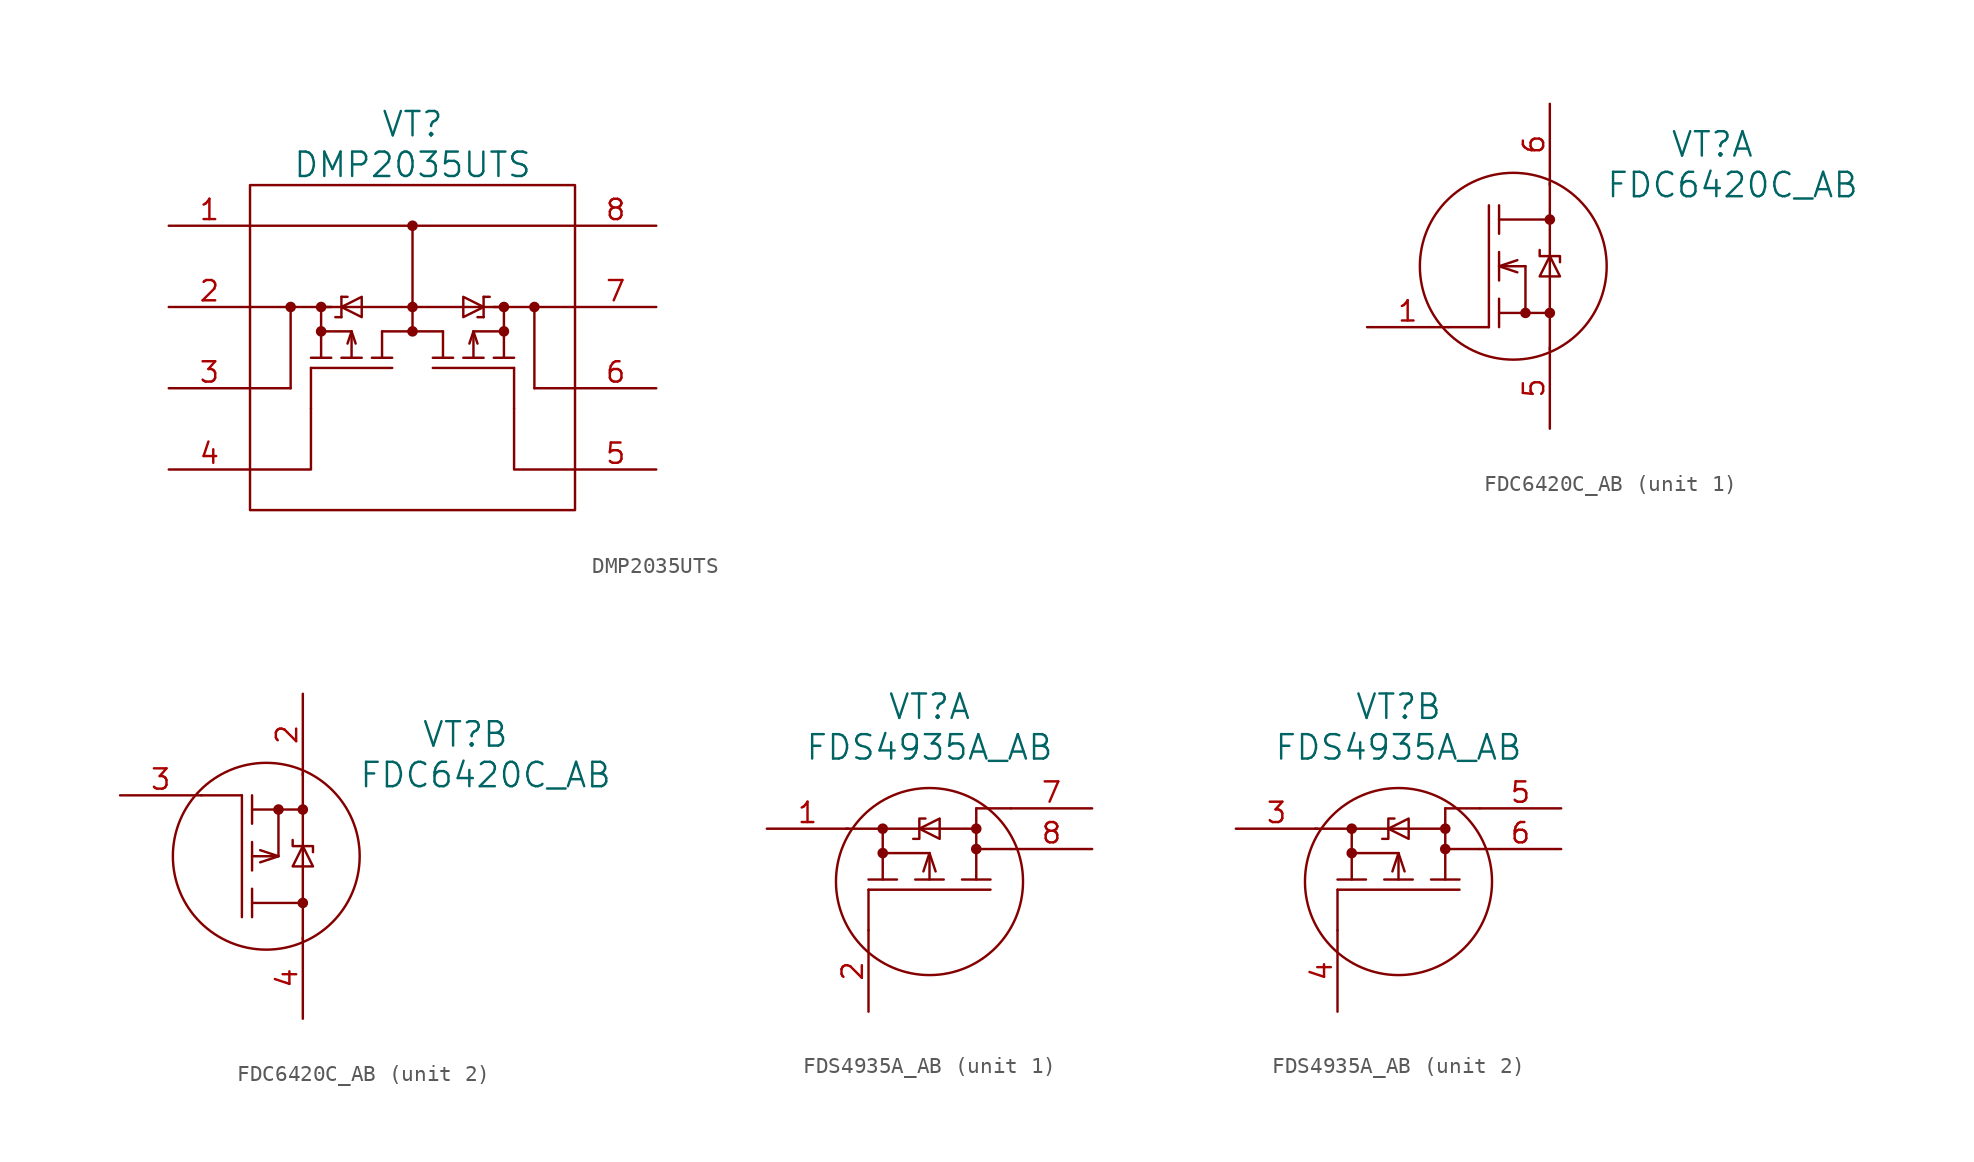
<source format=kicad_sym>
(kicad_symbol_lib
  (version 20220914)
  (generator kicad_symbol_editor)
  (symbol "DMP2035UTS"
    (pin_names
      (offset 1.016) hide)
    (property "Reference" "VT"
      (at 0 13.97 0)
      (effects (font (size 1.524 1.524))))
    (property "Value" "DMP2035UTS"
      (at 0 11.43 0)
      (effects (font (size 1.524 1.524))))
    (property "Datasheet" ""
      (at 45.72 10.16 0)
      (effects (font (size 1.524 1.524))))
    (symbol "DMP2035UTS_0_1"
      (circle (center -7.62 2.54) (radius 0.254) (stroke (width 0) (type solid)) (fill (type outline)))
      (circle (center -5.715 1.016) (radius 0.254) (stroke (width 0) (type solid)) (fill (type outline)))
      (circle (center -5.715 2.54) (radius 0.254) (stroke (width 0) (type solid)) (fill (type outline)))
      (polyline (pts (xy -7.62 -2.54) (xy -10.16 -2.54)) (stroke (width 0) (type solid)) (fill (type none)))
      (polyline (pts (xy -7.62 2.54) (xy -10.16 2.54)) (stroke (width 0) (type solid)) (fill (type none)))
      (polyline (pts (xy -4.445 1.905) (xy -4.826 1.905)) (stroke (width 0) (type solid)) (fill (type none)))
      (polyline (pts (xy -4.445 1.905) (xy -4.445 3.175)) (stroke (width 0) (type solid)) (fill (type none)))
      (polyline (pts (xy -4.064 3.175) (xy -4.445 3.175)) (stroke (width 0) (type solid)) (fill (type none)))
      (polyline (pts (xy -3.81 1.016) (xy -5.715 1.016)) (stroke (width 0) (type solid)) (fill (type none)))
      (polyline (pts (xy -3.81 1.016) (xy -3.81 -0.635)) (stroke (width 0) (type solid)) (fill (type none)))
      (polyline (pts (xy -1.905 -0.635) (xy -1.905 1.016)) (stroke (width 0) (type solid)) (fill (type none)))
      (polyline (pts (xy 0 2.54) (xy 0 1.016)) (stroke (width 0) (type solid)) (fill (type none)))
      (polyline (pts (xy 0 2.54) (xy 0 7.62)) (stroke (width 0) (type solid)) (fill (type none)))
      (polyline (pts (xy 1.905 -0.635) (xy 1.905 1.016)) (stroke (width 0) (type solid)) (fill (type none)))
      (polyline (pts (xy 1.905 1.016) (xy -1.905 1.016)) (stroke (width 0) (type solid)) (fill (type none)))
      (polyline (pts (xy 3.81 1.016) (xy 3.81 -0.635)) (stroke (width 0) (type solid)) (fill (type none)))
      (polyline (pts (xy 3.81 1.016) (xy 5.715 1.016)) (stroke (width 0) (type solid)) (fill (type none)))
      (polyline (pts (xy 4.445 1.905) (xy 4.064 1.905)) (stroke (width 0) (type solid)) (fill (type none)))
      (polyline (pts (xy 4.445 1.905) (xy 4.445 3.175)) (stroke (width 0) (type solid)) (fill (type none)))
      (polyline (pts (xy 4.826 3.175) (xy 4.445 3.175)) (stroke (width 0) (type solid)) (fill (type none)))
      (polyline (pts (xy 10.16 -2.54) (xy 7.62 -2.54)) (stroke (width 0) (type solid)) (fill (type none)))
      (polyline (pts (xy 10.16 2.54) (xy 7.62 2.54)) (stroke (width 0) (type solid)) (fill (type none)))
      (polyline (pts (xy 10.16 7.62) (xy -10.16 7.62)) (stroke (width 0) (type solid)) (fill (type none)))
      (polyline (pts (xy -7.62 -2.54) (xy -7.62 2.54) (xy -5.08 2.54)) (stroke (width 0) (type solid)) (fill (type none)))
      (polyline (pts (xy -6.35 -3.81) (xy -6.35 -7.62) (xy -10.16 -7.62)) (stroke (width 0) (type solid)) (fill (type none)))
      (polyline (pts (xy -6.35 -1.27) (xy -1.27 -1.27) (xy -1.27 -1.27)) (stroke (width 0) (type solid)) (fill (type none)))
      (polyline (pts (xy -5.715 -0.635) (xy -5.715 2.54) (xy -5.715 2.54)) (stroke (width 0) (type solid)) (fill (type none)))
      (polyline (pts (xy -5.08 -0.635) (xy -6.35 -0.635) (xy -6.35 -0.635)) (stroke (width 0) (type solid)) (fill (type none)))
      (polyline (pts (xy -4.064 0.254) (xy -3.81 1.016) (xy -3.556 0.254)) (stroke (width 0) (type solid)) (fill (type none)))
      (polyline (pts (xy -3.175 -0.635) (xy -4.445 -0.635) (xy -4.445 -0.635)) (stroke (width 0) (type solid)) (fill (type none)))
      (polyline (pts (xy -1.27 -0.635) (xy -2.54 -0.635) (xy -2.54 -0.635)) (stroke (width 0) (type solid)) (fill (type none)))
      (polyline (pts (xy 0 2.54) (xy -1.905 2.54) (xy -5.715 2.54)) (stroke (width 0) (type solid)) (fill (type none)))
      (polyline (pts (xy 0 2.54) (xy 1.905 2.54) (xy 5.715 2.54)) (stroke (width 0) (type solid)) (fill (type none)))
      (polyline (pts (xy 1.27 -0.635) (xy 2.54 -0.635) (xy 2.54 -0.635)) (stroke (width 0) (type solid)) (fill (type none)))
      (polyline (pts (xy 3.175 -0.635) (xy 4.445 -0.635) (xy 4.445 -0.635)) (stroke (width 0) (type solid)) (fill (type none)))
      (polyline (pts (xy 4.064 0.254) (xy 3.81 1.016) (xy 3.556 0.254)) (stroke (width 0) (type solid)) (fill (type none)))
      (polyline (pts (xy 5.08 -0.635) (xy 6.35 -0.635) (xy 6.35 -0.635)) (stroke (width 0) (type solid)) (fill (type none)))
      (polyline (pts (xy 5.715 -0.635) (xy 5.715 2.54) (xy 5.715 2.54)) (stroke (width 0) (type solid)) (fill (type none)))
      (polyline (pts (xy 6.35 -1.27) (xy 1.27 -1.27) (xy 1.27 -1.27)) (stroke (width 0) (type solid)) (fill (type none)))
      (polyline (pts (xy 7.62 -2.54) (xy 7.62 2.54) (xy 5.08 2.54)) (stroke (width 0) (type solid)) (fill (type none)))
      (polyline (pts (xy 10.16 -7.62) (xy 6.35 -7.62) (xy 6.35 -3.81)) (stroke (width 0) (type solid)) (fill (type none)))
      (polyline (pts (xy -6.35 -3.81) (xy -6.35 -2.54) (xy -6.35 -1.27) (xy -6.35 -1.27)) (stroke (width 0) (type solid)) (fill (type none)))
      (polyline (pts (xy -4.445 2.54) (xy -3.175 1.905) (xy -3.175 3.175) (xy -4.445 2.54)) (stroke (width 0) (type solid)) (fill (type none)))
      (polyline (pts (xy 4.445 2.54) (xy 3.175 1.905) (xy 3.175 3.175) (xy 4.445 2.54)) (stroke (width 0) (type solid)) (fill (type none)))
      (polyline (pts (xy 6.35 -3.81) (xy 6.35 -2.54) (xy 6.35 -1.27) (xy 6.35 -1.27)) (stroke (width 0) (type solid)) (fill (type none)))
      (circle (center 0 1.016) (radius 0.254) (stroke (width 0) (type solid)) (fill (type outline)))
      (circle (center 0 2.54) (radius 0.254) (stroke (width 0) (type solid)) (fill (type outline)))
      (circle (center 0 7.62) (radius 0.254) (stroke (width 0) (type solid)) (fill (type outline)))
      (circle (center 5.715 1.016) (radius 0.254) (stroke (width 0) (type solid)) (fill (type outline)))
      (circle (center 5.715 2.54) (radius 0.254) (stroke (width 0) (type solid)) (fill (type outline)))
      (circle (center 7.62 2.54) (radius 0.254) (stroke (width 0) (type solid)) (fill (type outline)))
      (rectangle (start 10.16 10.16) (end -10.16 -10.16) (stroke (width 0) (type solid)) (fill (type none))))
    (symbol "DMP2035UTS_1_1"
      (pin passive line (at -15.24 7.62 0) (length 5.08) (name "D1/D2" (effects (font (size 1.27 1.27)))) (number "1" (effects (font (size 1.27 1.27)))))
      (pin passive line (at -15.24 2.54 0) (length 5.08) (name "S1" (effects (font (size 1.27 1.27)))) (number "2" (effects (font (size 1.27 1.27)))))
      (pin passive line (at -15.24 -2.54 0) (length 5.08) (name "S1" (effects (font (size 1.27 1.27)))) (number "3" (effects (font (size 1.27 1.27)))))
      (pin passive line (at -15.24 -7.62 0) (length 5.08) (name "G1" (effects (font (size 1.27 1.27)))) (number "4" (effects (font (size 1.27 1.27)))))
      (pin passive line (at 15.24 -7.62 180) (length 5.08) (name "G2" (effects (font (size 1.27 1.27)))) (number "5" (effects (font (size 1.27 1.27)))))
      (pin passive line (at 15.24 -2.54 180) (length 5.08) (name "S2" (effects (font (size 1.27 1.27)))) (number "6" (effects (font (size 1.27 1.27)))))
      (pin passive line (at 15.24 2.54 180) (length 5.08) (name "S2" (effects (font (size 1.27 1.27)))) (number "7" (effects (font (size 1.27 1.27)))))
      (pin passive line (at 15.24 7.62 180) (length 5.08) (name "D1/D2" (effects (font (size 1.27 1.27)))) (number "8" (effects (font (size 1.27 1.27)))))))
  (symbol "FDC6420C_AB"
    (pin_names
      (offset 1.016) hide)
    (property "Reference" "VT"
      (at 12.7 7.62 0)
      (effects (font (size 1.524 1.524))))
    (property "Value" "FDC6420C_AB"
      (at 13.97 5.08 0)
      (effects (font (size 1.524 1.524))))
    (property "Datasheet" ""
      (at -8.89 3.81 0)
      (effects (font (size 1.524 1.524))))
    (property "ki_locked" ""
      (at 0 0 0)
      (effects (font (size 1.27 1.27))))
    (symbol "FDC6420C_AB_0_1"
      (polyline (pts (xy -1.27 -3.81) (xy -1.27 3.81)) (stroke (width 0) (type solid)) (fill (type none)))
      (polyline (pts (xy -0.635 0.889) (xy -0.635 -0.889)) (stroke (width 0) (type solid)) (fill (type none)))
      (polyline (pts (xy -0.635 2.921) (xy 2.54 2.921)) (stroke (width 0) (type solid)) (fill (type none)))
      (polyline (pts (xy 1.016 0) (xy -0.635 0)) (stroke (width 0) (type solid)) (fill (type none)))
      (polyline (pts (xy 2.54 5.207) (xy 2.54 -5.207)) (stroke (width 0) (type solid)) (fill (type none)))
      (polyline (pts (xy -0.635 -2.921) (xy 2.54 -2.921) (xy 2.54 -2.921)) (stroke (width 0) (type solid)) (fill (type none)))
      (polyline (pts (xy -0.635 -2.032) (xy -0.635 -3.175) (xy -0.635 -3.81)) (stroke (width 0) (type solid)) (fill (type none)))
      (polyline (pts (xy -0.635 3.81) (xy -0.635 2.413) (xy -0.635 2.032)) (stroke (width 0) (type solid)) (fill (type none)))
      (polyline (pts (xy 1.905 1.016) (xy 1.905 0.635) (xy 3.175 0.635) (xy 3.175 0.254)) (stroke (width 0) (type solid)) (fill (type none)))
      (polyline (pts (xy 2.54 0.635) (xy 1.905 -0.635) (xy 3.175 -0.635) (xy 2.54 0.635)) (stroke (width 0) (type solid)) (fill (type none)))
      (circle (center 0.254 0) (radius 5.842) (stroke (width 0) (type solid)) (fill (type none)))
      (circle (center 2.54 -2.921) (radius 0.254) (stroke (width 0) (type solid)) (fill (type outline)))
      (circle (center 2.54 2.921) (radius 0.254) (stroke (width 0) (type solid)) (fill (type outline))))
    (symbol "FDC6420C_AB_1_1"
      (polyline (pts (xy -1.27 -3.81) (xy -3.81 -3.81)) (stroke (width 0) (type solid)) (fill (type none)))
      (polyline (pts (xy 1.016 0) (xy 1.016 -2.921)) (stroke (width 0) (type solid)) (fill (type none)))
      (polyline (pts (xy 0.508 -0.381) (xy -0.635 0) (xy 0.508 0.381)) (stroke (width 0) (type solid)) (fill (type none)))
      (circle (center 1.016 -2.921) (radius 0.254) (stroke (width 0) (type solid)) (fill (type outline)))
      (pin passive line (at -8.89 -3.81 0) (length 5.08) (name "G1" (effects (font (size 1.27 1.27)))) (number "1" (effects (font (size 1.27 1.27)))))
      (pin passive line (at 2.54 -10.16 90) (length 5.08) (name "S1" (effects (font (size 1.27 1.27)))) (number "5" (effects (font (size 1.27 1.27)))))
      (pin passive line (at 2.54 10.16 270) (length 5.08) (name "D1" (effects (font (size 1.27 1.27)))) (number "6" (effects (font (size 1.27 1.27))))))
    (symbol "FDC6420C_AB_2_1"
      (polyline (pts (xy -1.27 3.81) (xy -3.81 3.81)) (stroke (width 0) (type solid)) (fill (type none)))
      (polyline (pts (xy 1.016 2.921) (xy 1.016 0)) (stroke (width 0) (type solid)) (fill (type none)))
      (polyline (pts (xy -0.127 0.381) (xy 1.016 0) (xy -0.127 -0.381)) (stroke (width 0) (type solid)) (fill (type none)))
      (circle (center 1.016 2.921) (radius 0.254) (stroke (width 0) (type solid)) (fill (type outline)))
      (pin passive line (at 2.54 10.16 270) (length 5.08) (name "S2" (effects (font (size 1.27 1.27)))) (number "2" (effects (font (size 1.27 1.27)))))
      (pin passive line (at -8.89 3.81 0) (length 5.08) (name "G2" (effects (font (size 1.27 1.27)))) (number "3" (effects (font (size 1.27 1.27)))))
      (pin passive line (at 2.54 -10.16 90) (length 5.08) (name "D2" (effects (font (size 1.27 1.27)))) (number "4" (effects (font (size 1.27 1.27)))))))
  (symbol "FDS4935A_AB"
    (pin_names
      (offset 1.016) hide)
    (property "Reference" "VT"
      (at 0 10.16 0)
      (effects (font (size 1.524 1.524))))
    (property "Value" "FDS4935A_AB"
      (at 0 7.62 0)
      (effects (font (size 1.524 1.524))))
    (property "Datasheet" ""
      (at -3.81 -8.89 90)
      (effects (font (size 1.524 1.524))))
    (property "ki_locked" ""
      (at 0 0 0)
      (effects (font (size 1.27 1.27))))
    (symbol "FDS4935A_AB_0_1"
      (circle (center -2.921 1.016) (radius 0.254) (stroke (width 0) (type solid)) (fill (type outline)))
      (circle (center -2.921 2.54) (radius 0.254) (stroke (width 0) (type solid)) (fill (type outline)))
      (circle (center 0 -0.762) (radius 5.842) (stroke (width 0) (type solid)) (fill (type none)))
      (polyline (pts (xy -5.207 2.54) (xy 2.921 2.54)) (stroke (width 0) (type solid)) (fill (type none)))
      (polyline (pts (xy -3.81 -1.27) (xy -3.81 -3.81)) (stroke (width 0) (type solid)) (fill (type none)))
      (polyline (pts (xy -2.921 -0.635) (xy -2.921 2.54)) (stroke (width 0) (type solid)) (fill (type none)))
      (polyline (pts (xy -0.889 -0.635) (xy 0.889 -0.635)) (stroke (width 0) (type solid)) (fill (type none)))
      (polyline (pts (xy 0 -0.635) (xy 0 1.016)) (stroke (width 0) (type solid)) (fill (type none)))
      (polyline (pts (xy 0 1.016) (xy -2.921 1.016)) (stroke (width 0) (type solid)) (fill (type none)))
      (polyline (pts (xy 5.08 1.27) (xy 2.921 1.27)) (stroke (width 0) (type solid)) (fill (type none)))
      (polyline (pts (xy 5.08 3.81) (xy 2.921 3.81)) (stroke (width 0) (type solid)) (fill (type none)))
      (polyline (pts (xy -3.81 -1.27) (xy 3.81 -1.27) (xy 3.81 -1.27)) (stroke (width 0) (type solid)) (fill (type none)))
      (polyline (pts (xy -3.81 -0.635) (xy -2.413 -0.635) (xy -2.032 -0.635)) (stroke (width 0) (type solid)) (fill (type none)))
      (polyline (pts (xy 0.381 -0.127) (xy 0 1.016) (xy -0.381 -0.127)) (stroke (width 0) (type solid)) (fill (type none)))
      (polyline (pts (xy 2.032 -0.635) (xy 3.175 -0.635) (xy 3.81 -0.635)) (stroke (width 0) (type solid)) (fill (type none)))
      (polyline (pts (xy 2.921 -0.635) (xy 2.921 3.81) (xy 2.921 2.54)) (stroke (width 0) (type solid)) (fill (type none)))
      (polyline (pts (xy -1.016 1.905) (xy -0.635 1.905) (xy -0.635 3.175) (xy -0.254 3.175)) (stroke (width 0) (type solid)) (fill (type none)))
      (polyline (pts (xy -0.635 2.54) (xy 0.635 1.905) (xy 0.635 3.175) (xy -0.635 2.54)) (stroke (width 0) (type solid)) (fill (type none)))
      (circle (center 2.921 1.27) (radius 0.254) (stroke (width 0) (type solid)) (fill (type outline)))
      (circle (center 2.921 2.54) (radius 0.254) (stroke (width 0) (type solid)) (fill (type outline))))
    (symbol "FDS4935A_AB_1_1"
      (pin passive line (at -10.16 2.54 0) (length 5.08) (name "S1" (effects (font (size 1.27 1.27)))) (number "1" (effects (font (size 1.27 1.27)))))
      (pin passive line (at -3.81 -8.89 90) (length 5.08) (name "G1" (effects (font (size 1.27 1.27)))) (number "2" (effects (font (size 1.27 1.27)))))
      (pin passive line (at 10.16 3.81 180) (length 5.08) (name "D1" (effects (font (size 1.27 1.27)))) (number "7" (effects (font (size 1.27 1.27)))))
      (pin passive line (at 10.16 1.27 180) (length 5.08) (name "D1" (effects (font (size 1.27 1.27)))) (number "8" (effects (font (size 1.27 1.27))))))
    (symbol "FDS4935A_AB_2_1"
      (pin passive line (at -10.16 2.54 0) (length 5.08) (name "S2" (effects (font (size 1.27 1.27)))) (number "3" (effects (font (size 1.27 1.27)))))
      (pin passive line (at -3.81 -8.89 90) (length 5.08) (name "G2" (effects (font (size 1.27 1.27)))) (number "4" (effects (font (size 1.27 1.27)))))
      (pin passive line (at 10.16 3.81 180) (length 5.08) (name "D2" (effects (font (size 1.27 1.27)))) (number "5" (effects (font (size 1.27 1.27)))))
      (pin passive line (at 10.16 1.27 180) (length 5.08) (name "D2" (effects (font (size 1.27 1.27)))) (number "6" (effects (font (size 1.27 1.27))))))))
</source>
